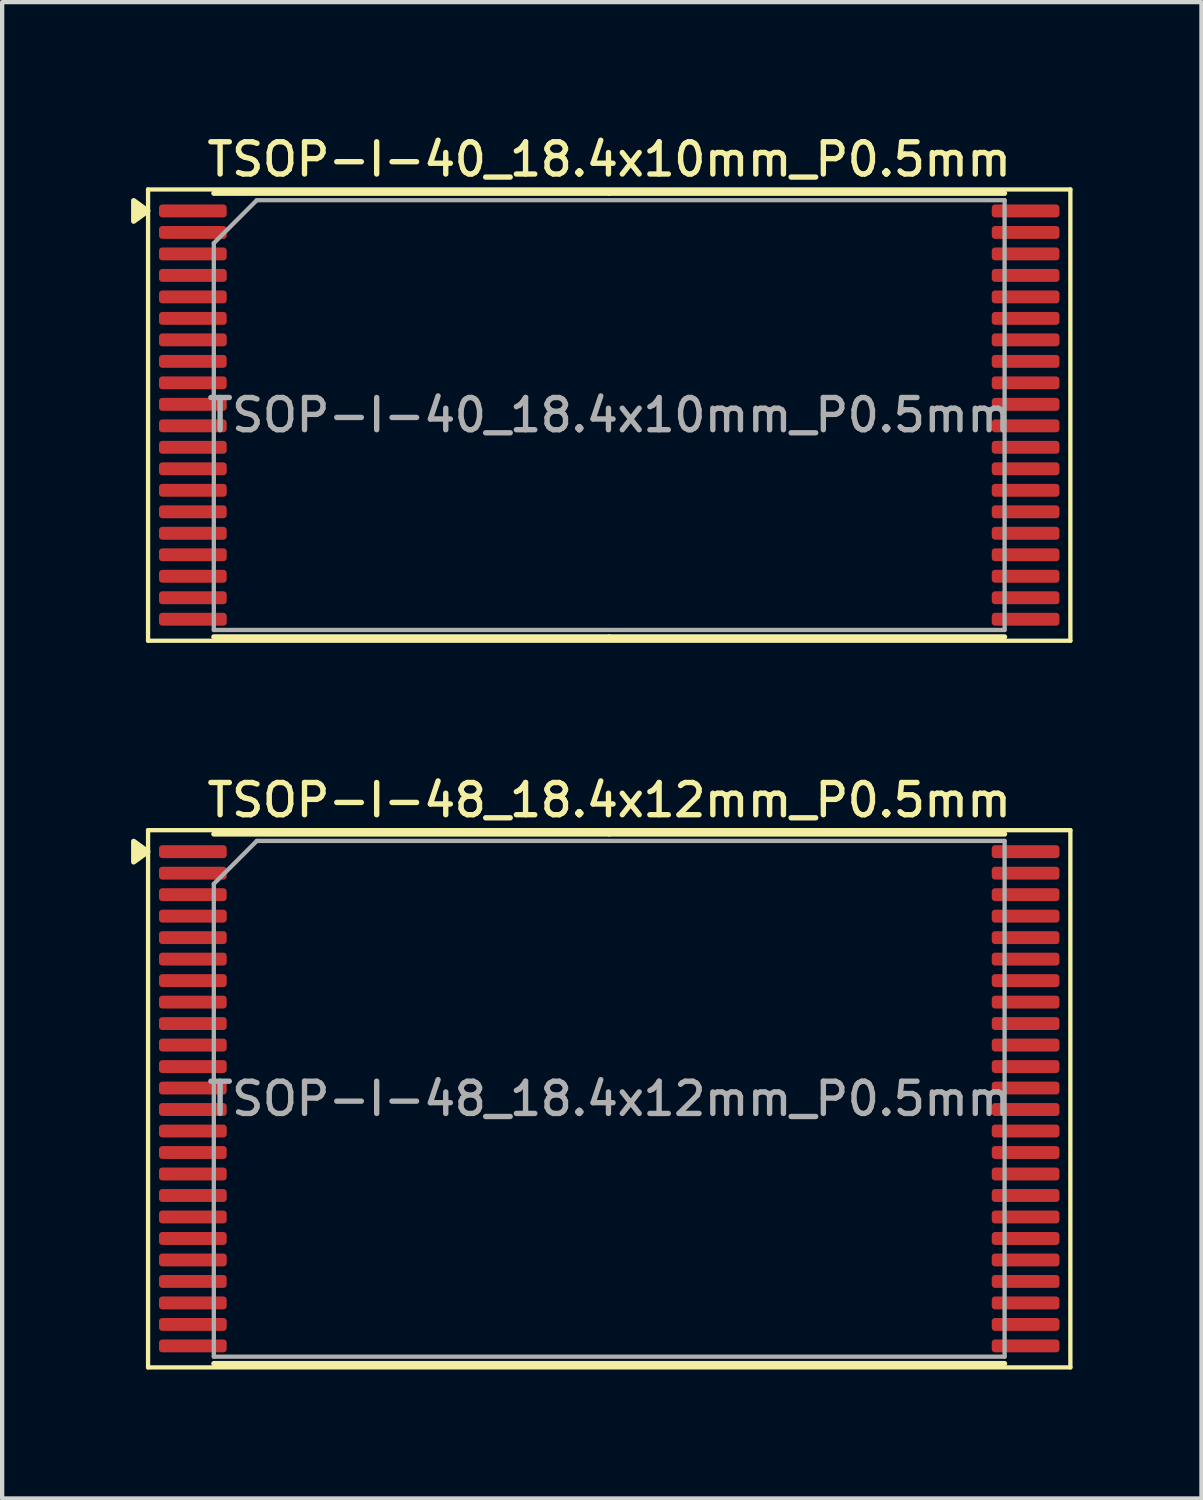
<source format=kicad_pcb>
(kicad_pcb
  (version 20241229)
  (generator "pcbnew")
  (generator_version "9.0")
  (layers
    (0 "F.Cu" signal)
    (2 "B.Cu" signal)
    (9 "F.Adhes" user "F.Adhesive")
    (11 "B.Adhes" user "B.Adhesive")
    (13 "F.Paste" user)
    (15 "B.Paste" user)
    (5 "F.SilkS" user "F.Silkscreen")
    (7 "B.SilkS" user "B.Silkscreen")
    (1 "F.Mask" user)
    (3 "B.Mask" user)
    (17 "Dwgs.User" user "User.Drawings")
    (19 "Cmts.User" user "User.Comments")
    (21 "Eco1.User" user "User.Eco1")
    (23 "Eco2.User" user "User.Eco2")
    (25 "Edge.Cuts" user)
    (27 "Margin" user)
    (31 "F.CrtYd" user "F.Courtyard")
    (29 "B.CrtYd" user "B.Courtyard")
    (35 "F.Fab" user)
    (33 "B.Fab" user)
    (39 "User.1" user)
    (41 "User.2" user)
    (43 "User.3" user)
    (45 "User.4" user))
  (footprint "TSOP-I-40_18.4x10mm_P0.5mm"
    (layer "F.Cu")
    (at 11.125 6.608)
    (property "Reference" "TSOP-I-40_18.4x10mm_P0.5mm" (at 0 -5.95 0) (layer "F.SilkS") (effects (font (size 0.75 0.75) (thickness 0.125))))
    (attr smd)
    (fp_line (start -10.73 -5.25) (end -10.73 5.25) (stroke (width 0.1) (type solid)) (layer "F.SilkS"))
    (fp_line (start -10.73 5.25) (end 10.73 5.25) (stroke (width 0.1) (type solid)) (layer "F.SilkS"))
    (fp_line (start 0 -5.16) (end -9.2 -5.16) (stroke (width 0.12) (type solid)) (layer "F.SilkS"))
    (fp_line (start 0 -5.16) (end 9.2 -5.16) (stroke (width 0.12) (type solid)) (layer "F.SilkS"))
    (fp_line (start 0 5.16) (end -9.2 5.16) (stroke (width 0.12) (type solid)) (layer "F.SilkS"))
    (fp_line (start 0 5.16) (end 9.2 5.16) (stroke (width 0.12) (type solid)) (layer "F.SilkS"))
    (fp_line (start 10.73 -5.25) (end -10.73 -5.25) (stroke (width 0.1) (type solid)) (layer "F.SilkS"))
    (fp_line (start 10.73 5.25) (end 10.73 -5.25) (stroke (width 0.1) (type solid)) (layer "F.SilkS"))
    (fp_poly (pts (xy -10.735 -4.75) (xy -11.065 -4.99) (xy -11.065 -4.51) (xy -10.735 -4.75)) (stroke (width 0.12) (type solid)) (fill yes) (layer "F.SilkS"))
    (fp_line (start -9.2 -4) (end -8.2 -5) (stroke (width 0.1) (type solid)) (layer "F.Fab"))
    (fp_line (start -9.2 5) (end -9.2 -4) (stroke (width 0.1) (type solid)) (layer "F.Fab"))
    (fp_line (start -8.2 -5) (end 9.2 -5) (stroke (width 0.1) (type solid)) (layer "F.Fab"))
    (fp_line (start 9.2 -5) (end 9.2 5) (stroke (width 0.1) (type solid)) (layer "F.Fab"))
    (fp_line (start 9.2 5) (end -9.2 5) (stroke (width 0.1) (type solid)) (layer "F.Fab"))
    (fp_text user "${REFERENCE}" (at 0 0 0) (layer "F.Fab") (effects (font (size 0.75 0.75) (thickness 0.125))))
    (pad "1" smd roundrect (at -9.688 -4.75) (size 1.575 0.3) (layers "F.Cu" "F.Mask" "F.Paste") (roundrect_rratio 0.25))
    (pad "2" smd roundrect (at -9.688 -4.25) (size 1.575 0.3) (layers "F.Cu" "F.Mask" "F.Paste") (roundrect_rratio 0.25))
    (pad "3" smd roundrect (at -9.688 -3.75) (size 1.575 0.3) (layers "F.Cu" "F.Mask" "F.Paste") (roundrect_rratio 0.25))
    (pad "4" smd roundrect (at -9.688 -3.25) (size 1.575 0.3) (layers "F.Cu" "F.Mask" "F.Paste") (roundrect_rratio 0.25))
    (pad "5" smd roundrect (at -9.688 -2.75) (size 1.575 0.3) (layers "F.Cu" "F.Mask" "F.Paste") (roundrect_rratio 0.25))
    (pad "6" smd roundrect (at -9.688 -2.25) (size 1.575 0.3) (layers "F.Cu" "F.Mask" "F.Paste") (roundrect_rratio 0.25))
    (pad "7" smd roundrect (at -9.688 -1.75) (size 1.575 0.3) (layers "F.Cu" "F.Mask" "F.Paste") (roundrect_rratio 0.25))
    (pad "8" smd roundrect (at -9.688 -1.25) (size 1.575 0.3) (layers "F.Cu" "F.Mask" "F.Paste") (roundrect_rratio 0.25))
    (pad "9" smd roundrect (at -9.688 -0.75) (size 1.575 0.3) (layers "F.Cu" "F.Mask" "F.Paste") (roundrect_rratio 0.25))
    (pad "10" smd roundrect (at -9.688 -0.25) (size 1.575 0.3) (layers "F.Cu" "F.Mask" "F.Paste") (roundrect_rratio 0.25))
    (pad "11" smd roundrect (at -9.688 0.25) (size 1.575 0.3) (layers "F.Cu" "F.Mask" "F.Paste") (roundrect_rratio 0.25))
    (pad "12" smd roundrect (at -9.688 0.75) (size 1.575 0.3) (layers "F.Cu" "F.Mask" "F.Paste") (roundrect_rratio 0.25))
    (pad "13" smd roundrect (at -9.688 1.25) (size 1.575 0.3) (layers "F.Cu" "F.Mask" "F.Paste") (roundrect_rratio 0.25))
    (pad "14" smd roundrect (at -9.688 1.75) (size 1.575 0.3) (layers "F.Cu" "F.Mask" "F.Paste") (roundrect_rratio 0.25))
    (pad "15" smd roundrect (at -9.688 2.25) (size 1.575 0.3) (layers "F.Cu" "F.Mask" "F.Paste") (roundrect_rratio 0.25))
    (pad "16" smd roundrect (at -9.688 2.75) (size 1.575 0.3) (layers "F.Cu" "F.Mask" "F.Paste") (roundrect_rratio 0.25))
    (pad "17" smd roundrect (at -9.688 3.25) (size 1.575 0.3) (layers "F.Cu" "F.Mask" "F.Paste") (roundrect_rratio 0.25))
    (pad "18" smd roundrect (at -9.688 3.75) (size 1.575 0.3) (layers "F.Cu" "F.Mask" "F.Paste") (roundrect_rratio 0.25))
    (pad "19" smd roundrect (at -9.688 4.25) (size 1.575 0.3) (layers "F.Cu" "F.Mask" "F.Paste") (roundrect_rratio 0.25))
    (pad "20" smd roundrect (at -9.688 4.75) (size 1.575 0.3) (layers "F.Cu" "F.Mask" "F.Paste") (roundrect_rratio 0.25))
    (pad "21" smd roundrect (at 9.688 4.75) (size 1.575 0.3) (layers "F.Cu" "F.Mask" "F.Paste") (roundrect_rratio 0.25))
    (pad "22" smd roundrect (at 9.688 4.25) (size 1.575 0.3) (layers "F.Cu" "F.Mask" "F.Paste") (roundrect_rratio 0.25))
    (pad "23" smd roundrect (at 9.688 3.75) (size 1.575 0.3) (layers "F.Cu" "F.Mask" "F.Paste") (roundrect_rratio 0.25))
    (pad "24" smd roundrect (at 9.688 3.25) (size 1.575 0.3) (layers "F.Cu" "F.Mask" "F.Paste") (roundrect_rratio 0.25))
    (pad "25" smd roundrect (at 9.688 2.75) (size 1.575 0.3) (layers "F.Cu" "F.Mask" "F.Paste") (roundrect_rratio 0.25))
    (pad "26" smd roundrect (at 9.688 2.25) (size 1.575 0.3) (layers "F.Cu" "F.Mask" "F.Paste") (roundrect_rratio 0.25))
    (pad "27" smd roundrect (at 9.688 1.75) (size 1.575 0.3) (layers "F.Cu" "F.Mask" "F.Paste") (roundrect_rratio 0.25))
    (pad "28" smd roundrect (at 9.688 1.25) (size 1.575 0.3) (layers "F.Cu" "F.Mask" "F.Paste") (roundrect_rratio 0.25))
    (pad "29" smd roundrect (at 9.688 0.75) (size 1.575 0.3) (layers "F.Cu" "F.Mask" "F.Paste") (roundrect_rratio 0.25))
    (pad "30" smd roundrect (at 9.688 0.25) (size 1.575 0.3) (layers "F.Cu" "F.Mask" "F.Paste") (roundrect_rratio 0.25))
    (pad "31" smd roundrect (at 9.688 -0.25) (size 1.575 0.3) (layers "F.Cu" "F.Mask" "F.Paste") (roundrect_rratio 0.25))
    (pad "32" smd roundrect (at 9.688 -0.75) (size 1.575 0.3) (layers "F.Cu" "F.Mask" "F.Paste") (roundrect_rratio 0.25))
    (pad "33" smd roundrect (at 9.688 -1.25) (size 1.575 0.3) (layers "F.Cu" "F.Mask" "F.Paste") (roundrect_rratio 0.25))
    (pad "34" smd roundrect (at 9.688 -1.75) (size 1.575 0.3) (layers "F.Cu" "F.Mask" "F.Paste") (roundrect_rratio 0.25))
    (pad "35" smd roundrect (at 9.688 -2.25) (size 1.575 0.3) (layers "F.Cu" "F.Mask" "F.Paste") (roundrect_rratio 0.25))
    (pad "36" smd roundrect (at 9.688 -2.75) (size 1.575 0.3) (layers "F.Cu" "F.Mask" "F.Paste") (roundrect_rratio 0.25))
    (pad "37" smd roundrect (at 9.688 -3.25) (size 1.575 0.3) (layers "F.Cu" "F.Mask" "F.Paste") (roundrect_rratio 0.25))
    (pad "38" smd roundrect (at 9.688 -3.75) (size 1.575 0.3) (layers "F.Cu" "F.Mask" "F.Paste") (roundrect_rratio 0.25))
    (pad "39" smd roundrect (at 9.688 -4.25) (size 1.575 0.3) (layers "F.Cu" "F.Mask" "F.Paste") (roundrect_rratio 0.25))
    (pad "40" smd roundrect (at 9.688 -4.75) (size 1.575 0.3) (layers "F.Cu" "F.Mask" "F.Paste") (roundrect_rratio 0.25)))
  (footprint "TSOP-I-48_18.4x12mm_P0.5mm"
    (layer "F.Cu")
    (at 11.125 22.516)
    (property "Reference" "TSOP-I-48_18.4x12mm_P0.5mm" (at 0 -6.95 0) (layer "F.SilkS") (effects (font (size 0.75 0.75) (thickness 0.125))))
    (attr smd)
    (fp_line (start -10.73 -6.25) (end -10.73 6.25) (stroke (width 0.1) (type solid)) (layer "F.SilkS"))
    (fp_line (start -10.73 6.25) (end 10.73 6.25) (stroke (width 0.1) (type solid)) (layer "F.SilkS"))
    (fp_line (start 0 -6.16) (end -9.2 -6.16) (stroke (width 0.12) (type solid)) (layer "F.SilkS"))
    (fp_line (start 0 -6.16) (end 9.2 -6.16) (stroke (width 0.12) (type solid)) (layer "F.SilkS"))
    (fp_line (start 0 6.16) (end -9.2 6.16) (stroke (width 0.12) (type solid)) (layer "F.SilkS"))
    (fp_line (start 0 6.16) (end 9.2 6.16) (stroke (width 0.12) (type solid)) (layer "F.SilkS"))
    (fp_line (start 10.73 -6.25) (end -10.73 -6.25) (stroke (width 0.1) (type solid)) (layer "F.SilkS"))
    (fp_line (start 10.73 6.25) (end 10.73 -6.25) (stroke (width 0.1) (type solid)) (layer "F.SilkS"))
    (fp_poly (pts (xy -10.735 -5.75) (xy -11.065 -5.99) (xy -11.065 -5.51) (xy -10.735 -5.75)) (stroke (width 0.12) (type solid)) (fill yes) (layer "F.SilkS"))
    (fp_line (start -9.2 -5) (end -8.2 -6) (stroke (width 0.1) (type solid)) (layer "F.Fab"))
    (fp_line (start -9.2 6) (end -9.2 -5) (stroke (width 0.1) (type solid)) (layer "F.Fab"))
    (fp_line (start -8.2 -6) (end 9.2 -6) (stroke (width 0.1) (type solid)) (layer "F.Fab"))
    (fp_line (start 9.2 -6) (end 9.2 6) (stroke (width 0.1) (type solid)) (layer "F.Fab"))
    (fp_line (start 9.2 6) (end -9.2 6) (stroke (width 0.1) (type solid)) (layer "F.Fab"))
    (fp_text user "${REFERENCE}" (at 0 0 0) (layer "F.Fab") (effects (font (size 0.75 0.75) (thickness 0.125))))
    (pad "1" smd roundrect (at -9.688 -5.75) (size 1.575 0.3) (layers "F.Cu" "F.Mask" "F.Paste") (roundrect_rratio 0.25))
    (pad "2" smd roundrect (at -9.688 -5.25) (size 1.575 0.3) (layers "F.Cu" "F.Mask" "F.Paste") (roundrect_rratio 0.25))
    (pad "3" smd roundrect (at -9.688 -4.75) (size 1.575 0.3) (layers "F.Cu" "F.Mask" "F.Paste") (roundrect_rratio 0.25))
    (pad "4" smd roundrect (at -9.688 -4.25) (size 1.575 0.3) (layers "F.Cu" "F.Mask" "F.Paste") (roundrect_rratio 0.25))
    (pad "5" smd roundrect (at -9.688 -3.75) (size 1.575 0.3) (layers "F.Cu" "F.Mask" "F.Paste") (roundrect_rratio 0.25))
    (pad "6" smd roundrect (at -9.688 -3.25) (size 1.575 0.3) (layers "F.Cu" "F.Mask" "F.Paste") (roundrect_rratio 0.25))
    (pad "7" smd roundrect (at -9.688 -2.75) (size 1.575 0.3) (layers "F.Cu" "F.Mask" "F.Paste") (roundrect_rratio 0.25))
    (pad "8" smd roundrect (at -9.688 -2.25) (size 1.575 0.3) (layers "F.Cu" "F.Mask" "F.Paste") (roundrect_rratio 0.25))
    (pad "9" smd roundrect (at -9.688 -1.75) (size 1.575 0.3) (layers "F.Cu" "F.Mask" "F.Paste") (roundrect_rratio 0.25))
    (pad "10" smd roundrect (at -9.688 -1.25) (size 1.575 0.3) (layers "F.Cu" "F.Mask" "F.Paste") (roundrect_rratio 0.25))
    (pad "11" smd roundrect (at -9.688 -0.75) (size 1.575 0.3) (layers "F.Cu" "F.Mask" "F.Paste") (roundrect_rratio 0.25))
    (pad "12" smd roundrect (at -9.688 -0.25) (size 1.575 0.3) (layers "F.Cu" "F.Mask" "F.Paste") (roundrect_rratio 0.25))
    (pad "13" smd roundrect (at -9.688 0.25) (size 1.575 0.3) (layers "F.Cu" "F.Mask" "F.Paste") (roundrect_rratio 0.25))
    (pad "14" smd roundrect (at -9.688 0.75) (size 1.575 0.3) (layers "F.Cu" "F.Mask" "F.Paste") (roundrect_rratio 0.25))
    (pad "15" smd roundrect (at -9.688 1.25) (size 1.575 0.3) (layers "F.Cu" "F.Mask" "F.Paste") (roundrect_rratio 0.25))
    (pad "16" smd roundrect (at -9.688 1.75) (size 1.575 0.3) (layers "F.Cu" "F.Mask" "F.Paste") (roundrect_rratio 0.25))
    (pad "17" smd roundrect (at -9.688 2.25) (size 1.575 0.3) (layers "F.Cu" "F.Mask" "F.Paste") (roundrect_rratio 0.25))
    (pad "18" smd roundrect (at -9.688 2.75) (size 1.575 0.3) (layers "F.Cu" "F.Mask" "F.Paste") (roundrect_rratio 0.25))
    (pad "19" smd roundrect (at -9.688 3.25) (size 1.575 0.3) (layers "F.Cu" "F.Mask" "F.Paste") (roundrect_rratio 0.25))
    (pad "20" smd roundrect (at -9.688 3.75) (size 1.575 0.3) (layers "F.Cu" "F.Mask" "F.Paste") (roundrect_rratio 0.25))
    (pad "21" smd roundrect (at -9.688 4.25) (size 1.575 0.3) (layers "F.Cu" "F.Mask" "F.Paste") (roundrect_rratio 0.25))
    (pad "22" smd roundrect (at -9.688 4.75) (size 1.575 0.3) (layers "F.Cu" "F.Mask" "F.Paste") (roundrect_rratio 0.25))
    (pad "23" smd roundrect (at -9.688 5.25) (size 1.575 0.3) (layers "F.Cu" "F.Mask" "F.Paste") (roundrect_rratio 0.25))
    (pad "24" smd roundrect (at -9.688 5.75) (size 1.575 0.3) (layers "F.Cu" "F.Mask" "F.Paste") (roundrect_rratio 0.25))
    (pad "25" smd roundrect (at 9.688 5.75) (size 1.575 0.3) (layers "F.Cu" "F.Mask" "F.Paste") (roundrect_rratio 0.25))
    (pad "26" smd roundrect (at 9.688 5.25) (size 1.575 0.3) (layers "F.Cu" "F.Mask" "F.Paste") (roundrect_rratio 0.25))
    (pad "27" smd roundrect (at 9.688 4.75) (size 1.575 0.3) (layers "F.Cu" "F.Mask" "F.Paste") (roundrect_rratio 0.25))
    (pad "28" smd roundrect (at 9.688 4.25) (size 1.575 0.3) (layers "F.Cu" "F.Mask" "F.Paste") (roundrect_rratio 0.25))
    (pad "29" smd roundrect (at 9.688 3.75) (size 1.575 0.3) (layers "F.Cu" "F.Mask" "F.Paste") (roundrect_rratio 0.25))
    (pad "30" smd roundrect (at 9.688 3.25) (size 1.575 0.3) (layers "F.Cu" "F.Mask" "F.Paste") (roundrect_rratio 0.25))
    (pad "31" smd roundrect (at 9.688 2.75) (size 1.575 0.3) (layers "F.Cu" "F.Mask" "F.Paste") (roundrect_rratio 0.25))
    (pad "32" smd roundrect (at 9.688 2.25) (size 1.575 0.3) (layers "F.Cu" "F.Mask" "F.Paste") (roundrect_rratio 0.25))
    (pad "33" smd roundrect (at 9.688 1.75) (size 1.575 0.3) (layers "F.Cu" "F.Mask" "F.Paste") (roundrect_rratio 0.25))
    (pad "34" smd roundrect (at 9.688 1.25) (size 1.575 0.3) (layers "F.Cu" "F.Mask" "F.Paste") (roundrect_rratio 0.25))
    (pad "35" smd roundrect (at 9.688 0.75) (size 1.575 0.3) (layers "F.Cu" "F.Mask" "F.Paste") (roundrect_rratio 0.25))
    (pad "36" smd roundrect (at 9.688 0.25) (size 1.575 0.3) (layers "F.Cu" "F.Mask" "F.Paste") (roundrect_rratio 0.25))
    (pad "37" smd roundrect (at 9.688 -0.25) (size 1.575 0.3) (layers "F.Cu" "F.Mask" "F.Paste") (roundrect_rratio 0.25))
    (pad "38" smd roundrect (at 9.688 -0.75) (size 1.575 0.3) (layers "F.Cu" "F.Mask" "F.Paste") (roundrect_rratio 0.25))
    (pad "39" smd roundrect (at 9.688 -1.25) (size 1.575 0.3) (layers "F.Cu" "F.Mask" "F.Paste") (roundrect_rratio 0.25))
    (pad "40" smd roundrect (at 9.688 -1.75) (size 1.575 0.3) (layers "F.Cu" "F.Mask" "F.Paste") (roundrect_rratio 0.25))
    (pad "41" smd roundrect (at 9.688 -2.25) (size 1.575 0.3) (layers "F.Cu" "F.Mask" "F.Paste") (roundrect_rratio 0.25))
    (pad "42" smd roundrect (at 9.688 -2.75) (size 1.575 0.3) (layers "F.Cu" "F.Mask" "F.Paste") (roundrect_rratio 0.25))
    (pad "43" smd roundrect (at 9.688 -3.25) (size 1.575 0.3) (layers "F.Cu" "F.Mask" "F.Paste") (roundrect_rratio 0.25))
    (pad "44" smd roundrect (at 9.688 -3.75) (size 1.575 0.3) (layers "F.Cu" "F.Mask" "F.Paste") (roundrect_rratio 0.25))
    (pad "45" smd roundrect (at 9.688 -4.25) (size 1.575 0.3) (layers "F.Cu" "F.Mask" "F.Paste") (roundrect_rratio 0.25))
    (pad "46" smd roundrect (at 9.688 -4.75) (size 1.575 0.3) (layers "F.Cu" "F.Mask" "F.Paste") (roundrect_rratio 0.25))
    (pad "47" smd roundrect (at 9.688 -5.25) (size 1.575 0.3) (layers "F.Cu" "F.Mask" "F.Paste") (roundrect_rratio 0.25))
    (pad "48" smd roundrect (at 9.688 -5.75) (size 1.575 0.3) (layers "F.Cu" "F.Mask" "F.Paste") (roundrect_rratio 0.25)))
  (gr_rect
    (start -3 -3)
    (end 24.905 31.816)
    (stroke (width 0.1) (type default))
    (fill no)
    (layer "Edge.Cuts")))
</source>
